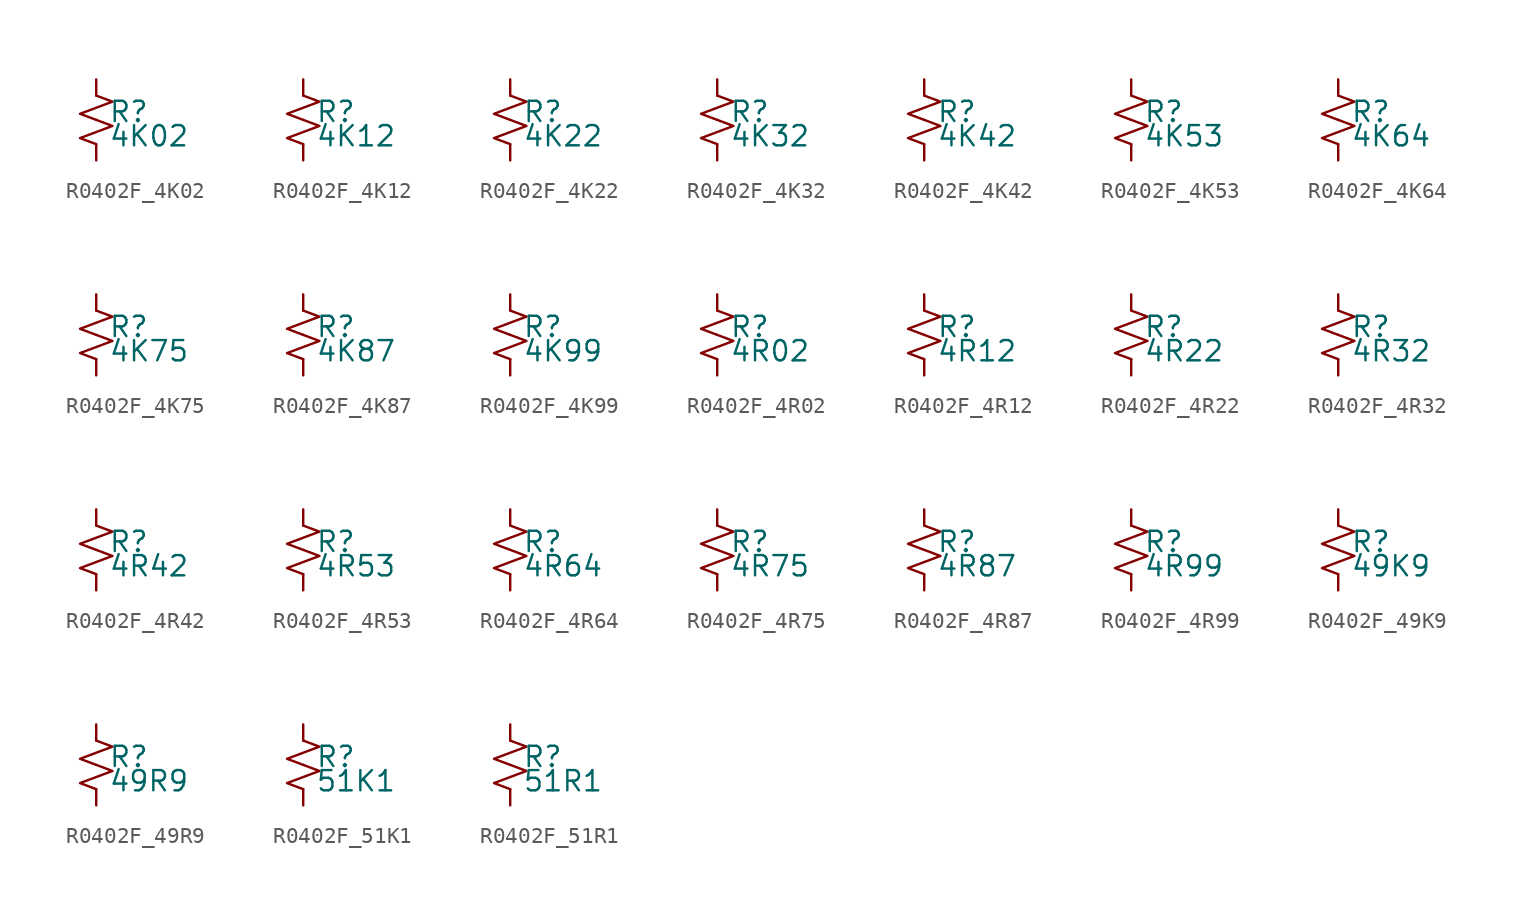
<source format=kicad_sym>
(kicad_symbol_lib
  (version 20220914)
  (generator kicad_symbol_editor)
  (symbol "R0402F_4K02"
    (pin_numbers hide)
    (pin_names
      (offset 0.254) hide)
    (property "Reference" "R"
      (at 0.762 0.508 0)
      (effects (font (size 1.27 1.27)) (justify left)))
    (property "Value" "4K02"
      (at 0.762 -1.016 0)
      (effects (font (size 1.27 1.27)) (justify left)))
    (symbol "R0402F_4K02_1_1"
      (polyline (pts (xy 0 0) (xy 1.016 -0.381) (xy 0 -0.762) (xy -1.016 -1.143) (xy 0 -1.524)) (stroke (width 0) (type default)) (fill (type none)))
      (polyline (pts (xy 0 1.524) (xy 1.016 1.143) (xy 0 0.762) (xy -1.016 0.381) (xy 0 0)) (stroke (width 0) (type default)) (fill (type none)))
      (pin passive line (at 0 2.54 270) (length 1.016) (name "~" (effects (font (size 1.27 1.27)))) (number "1" (effects (font (size 1.27 1.27)))))
      (pin passive line (at 0 -2.54 90) (length 1.016) (name "~" (effects (font (size 1.27 1.27)))) (number "2" (effects (font (size 1.27 1.27)))))))
  (symbol "R0402F_4K12"
    (pin_numbers hide)
    (pin_names
      (offset 0.254) hide)
    (property "Reference" "R"
      (at 0.762 0.508 0)
      (effects (font (size 1.27 1.27)) (justify left)))
    (property "Value" "4K12"
      (at 0.762 -1.016 0)
      (effects (font (size 1.27 1.27)) (justify left)))
    (symbol "R0402F_4K12_1_1"
      (polyline (pts (xy 0 0) (xy 1.016 -0.381) (xy 0 -0.762) (xy -1.016 -1.143) (xy 0 -1.524)) (stroke (width 0) (type default)) (fill (type none)))
      (polyline (pts (xy 0 1.524) (xy 1.016 1.143) (xy 0 0.762) (xy -1.016 0.381) (xy 0 0)) (stroke (width 0) (type default)) (fill (type none)))
      (pin passive line (at 0 2.54 270) (length 1.016) (name "~" (effects (font (size 1.27 1.27)))) (number "1" (effects (font (size 1.27 1.27)))))
      (pin passive line (at 0 -2.54 90) (length 1.016) (name "~" (effects (font (size 1.27 1.27)))) (number "2" (effects (font (size 1.27 1.27)))))))
  (symbol "R0402F_4K22"
    (pin_numbers hide)
    (pin_names
      (offset 0.254) hide)
    (property "Reference" "R"
      (at 0.762 0.508 0)
      (effects (font (size 1.27 1.27)) (justify left)))
    (property "Value" "4K22"
      (at 0.762 -1.016 0)
      (effects (font (size 1.27 1.27)) (justify left)))
    (symbol "R0402F_4K22_1_1"
      (polyline (pts (xy 0 0) (xy 1.016 -0.381) (xy 0 -0.762) (xy -1.016 -1.143) (xy 0 -1.524)) (stroke (width 0) (type default)) (fill (type none)))
      (polyline (pts (xy 0 1.524) (xy 1.016 1.143) (xy 0 0.762) (xy -1.016 0.381) (xy 0 0)) (stroke (width 0) (type default)) (fill (type none)))
      (pin passive line (at 0 2.54 270) (length 1.016) (name "~" (effects (font (size 1.27 1.27)))) (number "1" (effects (font (size 1.27 1.27)))))
      (pin passive line (at 0 -2.54 90) (length 1.016) (name "~" (effects (font (size 1.27 1.27)))) (number "2" (effects (font (size 1.27 1.27)))))))
  (symbol "R0402F_4K32"
    (pin_numbers hide)
    (pin_names
      (offset 0.254) hide)
    (property "Reference" "R"
      (at 0.762 0.508 0)
      (effects (font (size 1.27 1.27)) (justify left)))
    (property "Value" "4K32"
      (at 0.762 -1.016 0)
      (effects (font (size 1.27 1.27)) (justify left)))
    (symbol "R0402F_4K32_1_1"
      (polyline (pts (xy 0 0) (xy 1.016 -0.381) (xy 0 -0.762) (xy -1.016 -1.143) (xy 0 -1.524)) (stroke (width 0) (type default)) (fill (type none)))
      (polyline (pts (xy 0 1.524) (xy 1.016 1.143) (xy 0 0.762) (xy -1.016 0.381) (xy 0 0)) (stroke (width 0) (type default)) (fill (type none)))
      (pin passive line (at 0 2.54 270) (length 1.016) (name "~" (effects (font (size 1.27 1.27)))) (number "1" (effects (font (size 1.27 1.27)))))
      (pin passive line (at 0 -2.54 90) (length 1.016) (name "~" (effects (font (size 1.27 1.27)))) (number "2" (effects (font (size 1.27 1.27)))))))
  (symbol "R0402F_4K42"
    (pin_numbers hide)
    (pin_names
      (offset 0.254) hide)
    (property "Reference" "R"
      (at 0.762 0.508 0)
      (effects (font (size 1.27 1.27)) (justify left)))
    (property "Value" "4K42"
      (at 0.762 -1.016 0)
      (effects (font (size 1.27 1.27)) (justify left)))
    (symbol "R0402F_4K42_1_1"
      (polyline (pts (xy 0 0) (xy 1.016 -0.381) (xy 0 -0.762) (xy -1.016 -1.143) (xy 0 -1.524)) (stroke (width 0) (type default)) (fill (type none)))
      (polyline (pts (xy 0 1.524) (xy 1.016 1.143) (xy 0 0.762) (xy -1.016 0.381) (xy 0 0)) (stroke (width 0) (type default)) (fill (type none)))
      (pin passive line (at 0 2.54 270) (length 1.016) (name "~" (effects (font (size 1.27 1.27)))) (number "1" (effects (font (size 1.27 1.27)))))
      (pin passive line (at 0 -2.54 90) (length 1.016) (name "~" (effects (font (size 1.27 1.27)))) (number "2" (effects (font (size 1.27 1.27)))))))
  (symbol "R0402F_4K53"
    (pin_numbers hide)
    (pin_names
      (offset 0.254) hide)
    (property "Reference" "R"
      (at 0.762 0.508 0)
      (effects (font (size 1.27 1.27)) (justify left)))
    (property "Value" "4K53"
      (at 0.762 -1.016 0)
      (effects (font (size 1.27 1.27)) (justify left)))
    (symbol "R0402F_4K53_1_1"
      (polyline (pts (xy 0 0) (xy 1.016 -0.381) (xy 0 -0.762) (xy -1.016 -1.143) (xy 0 -1.524)) (stroke (width 0) (type default)) (fill (type none)))
      (polyline (pts (xy 0 1.524) (xy 1.016 1.143) (xy 0 0.762) (xy -1.016 0.381) (xy 0 0)) (stroke (width 0) (type default)) (fill (type none)))
      (pin passive line (at 0 2.54 270) (length 1.016) (name "~" (effects (font (size 1.27 1.27)))) (number "1" (effects (font (size 1.27 1.27)))))
      (pin passive line (at 0 -2.54 90) (length 1.016) (name "~" (effects (font (size 1.27 1.27)))) (number "2" (effects (font (size 1.27 1.27)))))))
  (symbol "R0402F_4K64"
    (pin_numbers hide)
    (pin_names
      (offset 0.254) hide)
    (property "Reference" "R"
      (at 0.762 0.508 0)
      (effects (font (size 1.27 1.27)) (justify left)))
    (property "Value" "4K64"
      (at 0.762 -1.016 0)
      (effects (font (size 1.27 1.27)) (justify left)))
    (symbol "R0402F_4K64_1_1"
      (polyline (pts (xy 0 0) (xy 1.016 -0.381) (xy 0 -0.762) (xy -1.016 -1.143) (xy 0 -1.524)) (stroke (width 0) (type default)) (fill (type none)))
      (polyline (pts (xy 0 1.524) (xy 1.016 1.143) (xy 0 0.762) (xy -1.016 0.381) (xy 0 0)) (stroke (width 0) (type default)) (fill (type none)))
      (pin passive line (at 0 2.54 270) (length 1.016) (name "~" (effects (font (size 1.27 1.27)))) (number "1" (effects (font (size 1.27 1.27)))))
      (pin passive line (at 0 -2.54 90) (length 1.016) (name "~" (effects (font (size 1.27 1.27)))) (number "2" (effects (font (size 1.27 1.27)))))))
  (symbol "R0402F_4K75"
    (pin_numbers hide)
    (pin_names
      (offset 0.254) hide)
    (property "Reference" "R"
      (at 0.762 0.508 0)
      (effects (font (size 1.27 1.27)) (justify left)))
    (property "Value" "4K75"
      (at 0.762 -1.016 0)
      (effects (font (size 1.27 1.27)) (justify left)))
    (symbol "R0402F_4K75_1_1"
      (polyline (pts (xy 0 0) (xy 1.016 -0.381) (xy 0 -0.762) (xy -1.016 -1.143) (xy 0 -1.524)) (stroke (width 0) (type default)) (fill (type none)))
      (polyline (pts (xy 0 1.524) (xy 1.016 1.143) (xy 0 0.762) (xy -1.016 0.381) (xy 0 0)) (stroke (width 0) (type default)) (fill (type none)))
      (pin passive line (at 0 2.54 270) (length 1.016) (name "~" (effects (font (size 1.27 1.27)))) (number "1" (effects (font (size 1.27 1.27)))))
      (pin passive line (at 0 -2.54 90) (length 1.016) (name "~" (effects (font (size 1.27 1.27)))) (number "2" (effects (font (size 1.27 1.27)))))))
  (symbol "R0402F_4K87"
    (pin_numbers hide)
    (pin_names
      (offset 0.254) hide)
    (property "Reference" "R"
      (at 0.762 0.508 0)
      (effects (font (size 1.27 1.27)) (justify left)))
    (property "Value" "4K87"
      (at 0.762 -1.016 0)
      (effects (font (size 1.27 1.27)) (justify left)))
    (symbol "R0402F_4K87_1_1"
      (polyline (pts (xy 0 0) (xy 1.016 -0.381) (xy 0 -0.762) (xy -1.016 -1.143) (xy 0 -1.524)) (stroke (width 0) (type default)) (fill (type none)))
      (polyline (pts (xy 0 1.524) (xy 1.016 1.143) (xy 0 0.762) (xy -1.016 0.381) (xy 0 0)) (stroke (width 0) (type default)) (fill (type none)))
      (pin passive line (at 0 2.54 270) (length 1.016) (name "~" (effects (font (size 1.27 1.27)))) (number "1" (effects (font (size 1.27 1.27)))))
      (pin passive line (at 0 -2.54 90) (length 1.016) (name "~" (effects (font (size 1.27 1.27)))) (number "2" (effects (font (size 1.27 1.27)))))))
  (symbol "R0402F_4K99"
    (pin_numbers hide)
    (pin_names
      (offset 0.254) hide)
    (property "Reference" "R"
      (at 0.762 0.508 0)
      (effects (font (size 1.27 1.27)) (justify left)))
    (property "Value" "4K99"
      (at 0.762 -1.016 0)
      (effects (font (size 1.27 1.27)) (justify left)))
    (symbol "R0402F_4K99_1_1"
      (polyline (pts (xy 0 0) (xy 1.016 -0.381) (xy 0 -0.762) (xy -1.016 -1.143) (xy 0 -1.524)) (stroke (width 0) (type default)) (fill (type none)))
      (polyline (pts (xy 0 1.524) (xy 1.016 1.143) (xy 0 0.762) (xy -1.016 0.381) (xy 0 0)) (stroke (width 0) (type default)) (fill (type none)))
      (pin passive line (at 0 2.54 270) (length 1.016) (name "~" (effects (font (size 1.27 1.27)))) (number "1" (effects (font (size 1.27 1.27)))))
      (pin passive line (at 0 -2.54 90) (length 1.016) (name "~" (effects (font (size 1.27 1.27)))) (number "2" (effects (font (size 1.27 1.27)))))))
  (symbol "R0402F_4R02"
    (pin_numbers hide)
    (pin_names
      (offset 0.254) hide)
    (property "Reference" "R"
      (at 0.762 0.508 0)
      (effects (font (size 1.27 1.27)) (justify left)))
    (property "Value" "4R02"
      (at 0.762 -1.016 0)
      (effects (font (size 1.27 1.27)) (justify left)))
    (symbol "R0402F_4R02_1_1"
      (polyline (pts (xy 0 0) (xy 1.016 -0.381) (xy 0 -0.762) (xy -1.016 -1.143) (xy 0 -1.524)) (stroke (width 0) (type default)) (fill (type none)))
      (polyline (pts (xy 0 1.524) (xy 1.016 1.143) (xy 0 0.762) (xy -1.016 0.381) (xy 0 0)) (stroke (width 0) (type default)) (fill (type none)))
      (pin passive line (at 0 2.54 270) (length 1.016) (name "~" (effects (font (size 1.27 1.27)))) (number "1" (effects (font (size 1.27 1.27)))))
      (pin passive line (at 0 -2.54 90) (length 1.016) (name "~" (effects (font (size 1.27 1.27)))) (number "2" (effects (font (size 1.27 1.27)))))))
  (symbol "R0402F_4R12"
    (pin_numbers hide)
    (pin_names
      (offset 0.254) hide)
    (property "Reference" "R"
      (at 0.762 0.508 0)
      (effects (font (size 1.27 1.27)) (justify left)))
    (property "Value" "4R12"
      (at 0.762 -1.016 0)
      (effects (font (size 1.27 1.27)) (justify left)))
    (symbol "R0402F_4R12_1_1"
      (polyline (pts (xy 0 0) (xy 1.016 -0.381) (xy 0 -0.762) (xy -1.016 -1.143) (xy 0 -1.524)) (stroke (width 0) (type default)) (fill (type none)))
      (polyline (pts (xy 0 1.524) (xy 1.016 1.143) (xy 0 0.762) (xy -1.016 0.381) (xy 0 0)) (stroke (width 0) (type default)) (fill (type none)))
      (pin passive line (at 0 2.54 270) (length 1.016) (name "~" (effects (font (size 1.27 1.27)))) (number "1" (effects (font (size 1.27 1.27)))))
      (pin passive line (at 0 -2.54 90) (length 1.016) (name "~" (effects (font (size 1.27 1.27)))) (number "2" (effects (font (size 1.27 1.27)))))))
  (symbol "R0402F_4R22"
    (pin_numbers hide)
    (pin_names
      (offset 0.254) hide)
    (property "Reference" "R"
      (at 0.762 0.508 0)
      (effects (font (size 1.27 1.27)) (justify left)))
    (property "Value" "4R22"
      (at 0.762 -1.016 0)
      (effects (font (size 1.27 1.27)) (justify left)))
    (symbol "R0402F_4R22_1_1"
      (polyline (pts (xy 0 0) (xy 1.016 -0.381) (xy 0 -0.762) (xy -1.016 -1.143) (xy 0 -1.524)) (stroke (width 0) (type default)) (fill (type none)))
      (polyline (pts (xy 0 1.524) (xy 1.016 1.143) (xy 0 0.762) (xy -1.016 0.381) (xy 0 0)) (stroke (width 0) (type default)) (fill (type none)))
      (pin passive line (at 0 2.54 270) (length 1.016) (name "~" (effects (font (size 1.27 1.27)))) (number "1" (effects (font (size 1.27 1.27)))))
      (pin passive line (at 0 -2.54 90) (length 1.016) (name "~" (effects (font (size 1.27 1.27)))) (number "2" (effects (font (size 1.27 1.27)))))))
  (symbol "R0402F_4R32"
    (pin_numbers hide)
    (pin_names
      (offset 0.254) hide)
    (property "Reference" "R"
      (at 0.762 0.508 0)
      (effects (font (size 1.27 1.27)) (justify left)))
    (property "Value" "4R32"
      (at 0.762 -1.016 0)
      (effects (font (size 1.27 1.27)) (justify left)))
    (symbol "R0402F_4R32_1_1"
      (polyline (pts (xy 0 0) (xy 1.016 -0.381) (xy 0 -0.762) (xy -1.016 -1.143) (xy 0 -1.524)) (stroke (width 0) (type default)) (fill (type none)))
      (polyline (pts (xy 0 1.524) (xy 1.016 1.143) (xy 0 0.762) (xy -1.016 0.381) (xy 0 0)) (stroke (width 0) (type default)) (fill (type none)))
      (pin passive line (at 0 2.54 270) (length 1.016) (name "~" (effects (font (size 1.27 1.27)))) (number "1" (effects (font (size 1.27 1.27)))))
      (pin passive line (at 0 -2.54 90) (length 1.016) (name "~" (effects (font (size 1.27 1.27)))) (number "2" (effects (font (size 1.27 1.27)))))))
  (symbol "R0402F_4R42"
    (pin_numbers hide)
    (pin_names
      (offset 0.254) hide)
    (property "Reference" "R"
      (at 0.762 0.508 0)
      (effects (font (size 1.27 1.27)) (justify left)))
    (property "Value" "4R42"
      (at 0.762 -1.016 0)
      (effects (font (size 1.27 1.27)) (justify left)))
    (symbol "R0402F_4R42_1_1"
      (polyline (pts (xy 0 0) (xy 1.016 -0.381) (xy 0 -0.762) (xy -1.016 -1.143) (xy 0 -1.524)) (stroke (width 0) (type default)) (fill (type none)))
      (polyline (pts (xy 0 1.524) (xy 1.016 1.143) (xy 0 0.762) (xy -1.016 0.381) (xy 0 0)) (stroke (width 0) (type default)) (fill (type none)))
      (pin passive line (at 0 2.54 270) (length 1.016) (name "~" (effects (font (size 1.27 1.27)))) (number "1" (effects (font (size 1.27 1.27)))))
      (pin passive line (at 0 -2.54 90) (length 1.016) (name "~" (effects (font (size 1.27 1.27)))) (number "2" (effects (font (size 1.27 1.27)))))))
  (symbol "R0402F_4R53"
    (pin_numbers hide)
    (pin_names
      (offset 0.254) hide)
    (property "Reference" "R"
      (at 0.762 0.508 0)
      (effects (font (size 1.27 1.27)) (justify left)))
    (property "Value" "4R53"
      (at 0.762 -1.016 0)
      (effects (font (size 1.27 1.27)) (justify left)))
    (symbol "R0402F_4R53_1_1"
      (polyline (pts (xy 0 0) (xy 1.016 -0.381) (xy 0 -0.762) (xy -1.016 -1.143) (xy 0 -1.524)) (stroke (width 0) (type default)) (fill (type none)))
      (polyline (pts (xy 0 1.524) (xy 1.016 1.143) (xy 0 0.762) (xy -1.016 0.381) (xy 0 0)) (stroke (width 0) (type default)) (fill (type none)))
      (pin passive line (at 0 2.54 270) (length 1.016) (name "~" (effects (font (size 1.27 1.27)))) (number "1" (effects (font (size 1.27 1.27)))))
      (pin passive line (at 0 -2.54 90) (length 1.016) (name "~" (effects (font (size 1.27 1.27)))) (number "2" (effects (font (size 1.27 1.27)))))))
  (symbol "R0402F_4R64"
    (pin_numbers hide)
    (pin_names
      (offset 0.254) hide)
    (property "Reference" "R"
      (at 0.762 0.508 0)
      (effects (font (size 1.27 1.27)) (justify left)))
    (property "Value" "4R64"
      (at 0.762 -1.016 0)
      (effects (font (size 1.27 1.27)) (justify left)))
    (symbol "R0402F_4R64_1_1"
      (polyline (pts (xy 0 0) (xy 1.016 -0.381) (xy 0 -0.762) (xy -1.016 -1.143) (xy 0 -1.524)) (stroke (width 0) (type default)) (fill (type none)))
      (polyline (pts (xy 0 1.524) (xy 1.016 1.143) (xy 0 0.762) (xy -1.016 0.381) (xy 0 0)) (stroke (width 0) (type default)) (fill (type none)))
      (pin passive line (at 0 2.54 270) (length 1.016) (name "~" (effects (font (size 1.27 1.27)))) (number "1" (effects (font (size 1.27 1.27)))))
      (pin passive line (at 0 -2.54 90) (length 1.016) (name "~" (effects (font (size 1.27 1.27)))) (number "2" (effects (font (size 1.27 1.27)))))))
  (symbol "R0402F_4R75"
    (pin_numbers hide)
    (pin_names
      (offset 0.254) hide)
    (property "Reference" "R"
      (at 0.762 0.508 0)
      (effects (font (size 1.27 1.27)) (justify left)))
    (property "Value" "4R75"
      (at 0.762 -1.016 0)
      (effects (font (size 1.27 1.27)) (justify left)))
    (symbol "R0402F_4R75_1_1"
      (polyline (pts (xy 0 0) (xy 1.016 -0.381) (xy 0 -0.762) (xy -1.016 -1.143) (xy 0 -1.524)) (stroke (width 0) (type default)) (fill (type none)))
      (polyline (pts (xy 0 1.524) (xy 1.016 1.143) (xy 0 0.762) (xy -1.016 0.381) (xy 0 0)) (stroke (width 0) (type default)) (fill (type none)))
      (pin passive line (at 0 2.54 270) (length 1.016) (name "~" (effects (font (size 1.27 1.27)))) (number "1" (effects (font (size 1.27 1.27)))))
      (pin passive line (at 0 -2.54 90) (length 1.016) (name "~" (effects (font (size 1.27 1.27)))) (number "2" (effects (font (size 1.27 1.27)))))))
  (symbol "R0402F_4R87"
    (pin_numbers hide)
    (pin_names
      (offset 0.254) hide)
    (property "Reference" "R"
      (at 0.762 0.508 0)
      (effects (font (size 1.27 1.27)) (justify left)))
    (property "Value" "4R87"
      (at 0.762 -1.016 0)
      (effects (font (size 1.27 1.27)) (justify left)))
    (symbol "R0402F_4R87_1_1"
      (polyline (pts (xy 0 0) (xy 1.016 -0.381) (xy 0 -0.762) (xy -1.016 -1.143) (xy 0 -1.524)) (stroke (width 0) (type default)) (fill (type none)))
      (polyline (pts (xy 0 1.524) (xy 1.016 1.143) (xy 0 0.762) (xy -1.016 0.381) (xy 0 0)) (stroke (width 0) (type default)) (fill (type none)))
      (pin passive line (at 0 2.54 270) (length 1.016) (name "~" (effects (font (size 1.27 1.27)))) (number "1" (effects (font (size 1.27 1.27)))))
      (pin passive line (at 0 -2.54 90) (length 1.016) (name "~" (effects (font (size 1.27 1.27)))) (number "2" (effects (font (size 1.27 1.27)))))))
  (symbol "R0402F_4R99"
    (pin_numbers hide)
    (pin_names
      (offset 0.254) hide)
    (property "Reference" "R"
      (at 0.762 0.508 0)
      (effects (font (size 1.27 1.27)) (justify left)))
    (property "Value" "4R99"
      (at 0.762 -1.016 0)
      (effects (font (size 1.27 1.27)) (justify left)))
    (symbol "R0402F_4R99_1_1"
      (polyline (pts (xy 0 0) (xy 1.016 -0.381) (xy 0 -0.762) (xy -1.016 -1.143) (xy 0 -1.524)) (stroke (width 0) (type default)) (fill (type none)))
      (polyline (pts (xy 0 1.524) (xy 1.016 1.143) (xy 0 0.762) (xy -1.016 0.381) (xy 0 0)) (stroke (width 0) (type default)) (fill (type none)))
      (pin passive line (at 0 2.54 270) (length 1.016) (name "~" (effects (font (size 1.27 1.27)))) (number "1" (effects (font (size 1.27 1.27)))))
      (pin passive line (at 0 -2.54 90) (length 1.016) (name "~" (effects (font (size 1.27 1.27)))) (number "2" (effects (font (size 1.27 1.27)))))))
  (symbol "R0402F_49K9"
    (pin_numbers hide)
    (pin_names
      (offset 0.254) hide)
    (property "Reference" "R"
      (at 0.762 0.508 0)
      (effects (font (size 1.27 1.27)) (justify left)))
    (property "Value" "49K9"
      (at 0.762 -1.016 0)
      (effects (font (size 1.27 1.27)) (justify left)))
    (symbol "R0402F_49K9_1_1"
      (polyline (pts (xy 0 0) (xy 1.016 -0.381) (xy 0 -0.762) (xy -1.016 -1.143) (xy 0 -1.524)) (stroke (width 0) (type default)) (fill (type none)))
      (polyline (pts (xy 0 1.524) (xy 1.016 1.143) (xy 0 0.762) (xy -1.016 0.381) (xy 0 0)) (stroke (width 0) (type default)) (fill (type none)))
      (pin passive line (at 0 2.54 270) (length 1.016) (name "~" (effects (font (size 1.27 1.27)))) (number "1" (effects (font (size 1.27 1.27)))))
      (pin passive line (at 0 -2.54 90) (length 1.016) (name "~" (effects (font (size 1.27 1.27)))) (number "2" (effects (font (size 1.27 1.27)))))))
  (symbol "R0402F_49R9"
    (pin_numbers hide)
    (pin_names
      (offset 0.254) hide)
    (property "Reference" "R"
      (at 0.762 0.508 0)
      (effects (font (size 1.27 1.27)) (justify left)))
    (property "Value" "49R9"
      (at 0.762 -1.016 0)
      (effects (font (size 1.27 1.27)) (justify left)))
    (symbol "R0402F_49R9_1_1"
      (polyline (pts (xy 0 0) (xy 1.016 -0.381) (xy 0 -0.762) (xy -1.016 -1.143) (xy 0 -1.524)) (stroke (width 0) (type default)) (fill (type none)))
      (polyline (pts (xy 0 1.524) (xy 1.016 1.143) (xy 0 0.762) (xy -1.016 0.381) (xy 0 0)) (stroke (width 0) (type default)) (fill (type none)))
      (pin passive line (at 0 2.54 270) (length 1.016) (name "~" (effects (font (size 1.27 1.27)))) (number "1" (effects (font (size 1.27 1.27)))))
      (pin passive line (at 0 -2.54 90) (length 1.016) (name "~" (effects (font (size 1.27 1.27)))) (number "2" (effects (font (size 1.27 1.27)))))))
  (symbol "R0402F_51K1"
    (pin_numbers hide)
    (pin_names
      (offset 0.254) hide)
    (property "Reference" "R"
      (at 0.762 0.508 0)
      (effects (font (size 1.27 1.27)) (justify left)))
    (property "Value" "51K1"
      (at 0.762 -1.016 0)
      (effects (font (size 1.27 1.27)) (justify left)))
    (symbol "R0402F_51K1_1_1"
      (polyline (pts (xy 0 0) (xy 1.016 -0.381) (xy 0 -0.762) (xy -1.016 -1.143) (xy 0 -1.524)) (stroke (width 0) (type default)) (fill (type none)))
      (polyline (pts (xy 0 1.524) (xy 1.016 1.143) (xy 0 0.762) (xy -1.016 0.381) (xy 0 0)) (stroke (width 0) (type default)) (fill (type none)))
      (pin passive line (at 0 2.54 270) (length 1.016) (name "~" (effects (font (size 1.27 1.27)))) (number "1" (effects (font (size 1.27 1.27)))))
      (pin passive line (at 0 -2.54 90) (length 1.016) (name "~" (effects (font (size 1.27 1.27)))) (number "2" (effects (font (size 1.27 1.27)))))))
  (symbol "R0402F_51R1"
    (pin_numbers hide)
    (pin_names
      (offset 0.254) hide)
    (property "Reference" "R"
      (at 0.762 0.508 0)
      (effects (font (size 1.27 1.27)) (justify left)))
    (property "Value" "51R1"
      (at 0.762 -1.016 0)
      (effects (font (size 1.27 1.27)) (justify left)))
    (symbol "R0402F_51R1_1_1"
      (polyline (pts (xy 0 0) (xy 1.016 -0.381) (xy 0 -0.762) (xy -1.016 -1.143) (xy 0 -1.524)) (stroke (width 0) (type default)) (fill (type none)))
      (polyline (pts (xy 0 1.524) (xy 1.016 1.143) (xy 0 0.762) (xy -1.016 0.381) (xy 0 0)) (stroke (width 0) (type default)) (fill (type none)))
      (pin passive line (at 0 2.54 270) (length 1.016) (name "~" (effects (font (size 1.27 1.27)))) (number "1" (effects (font (size 1.27 1.27)))))
      (pin passive line (at 0 -2.54 90) (length 1.016) (name "~" (effects (font (size 1.27 1.27)))) (number "2" (effects (font (size 1.27 1.27))))))))
</source>
